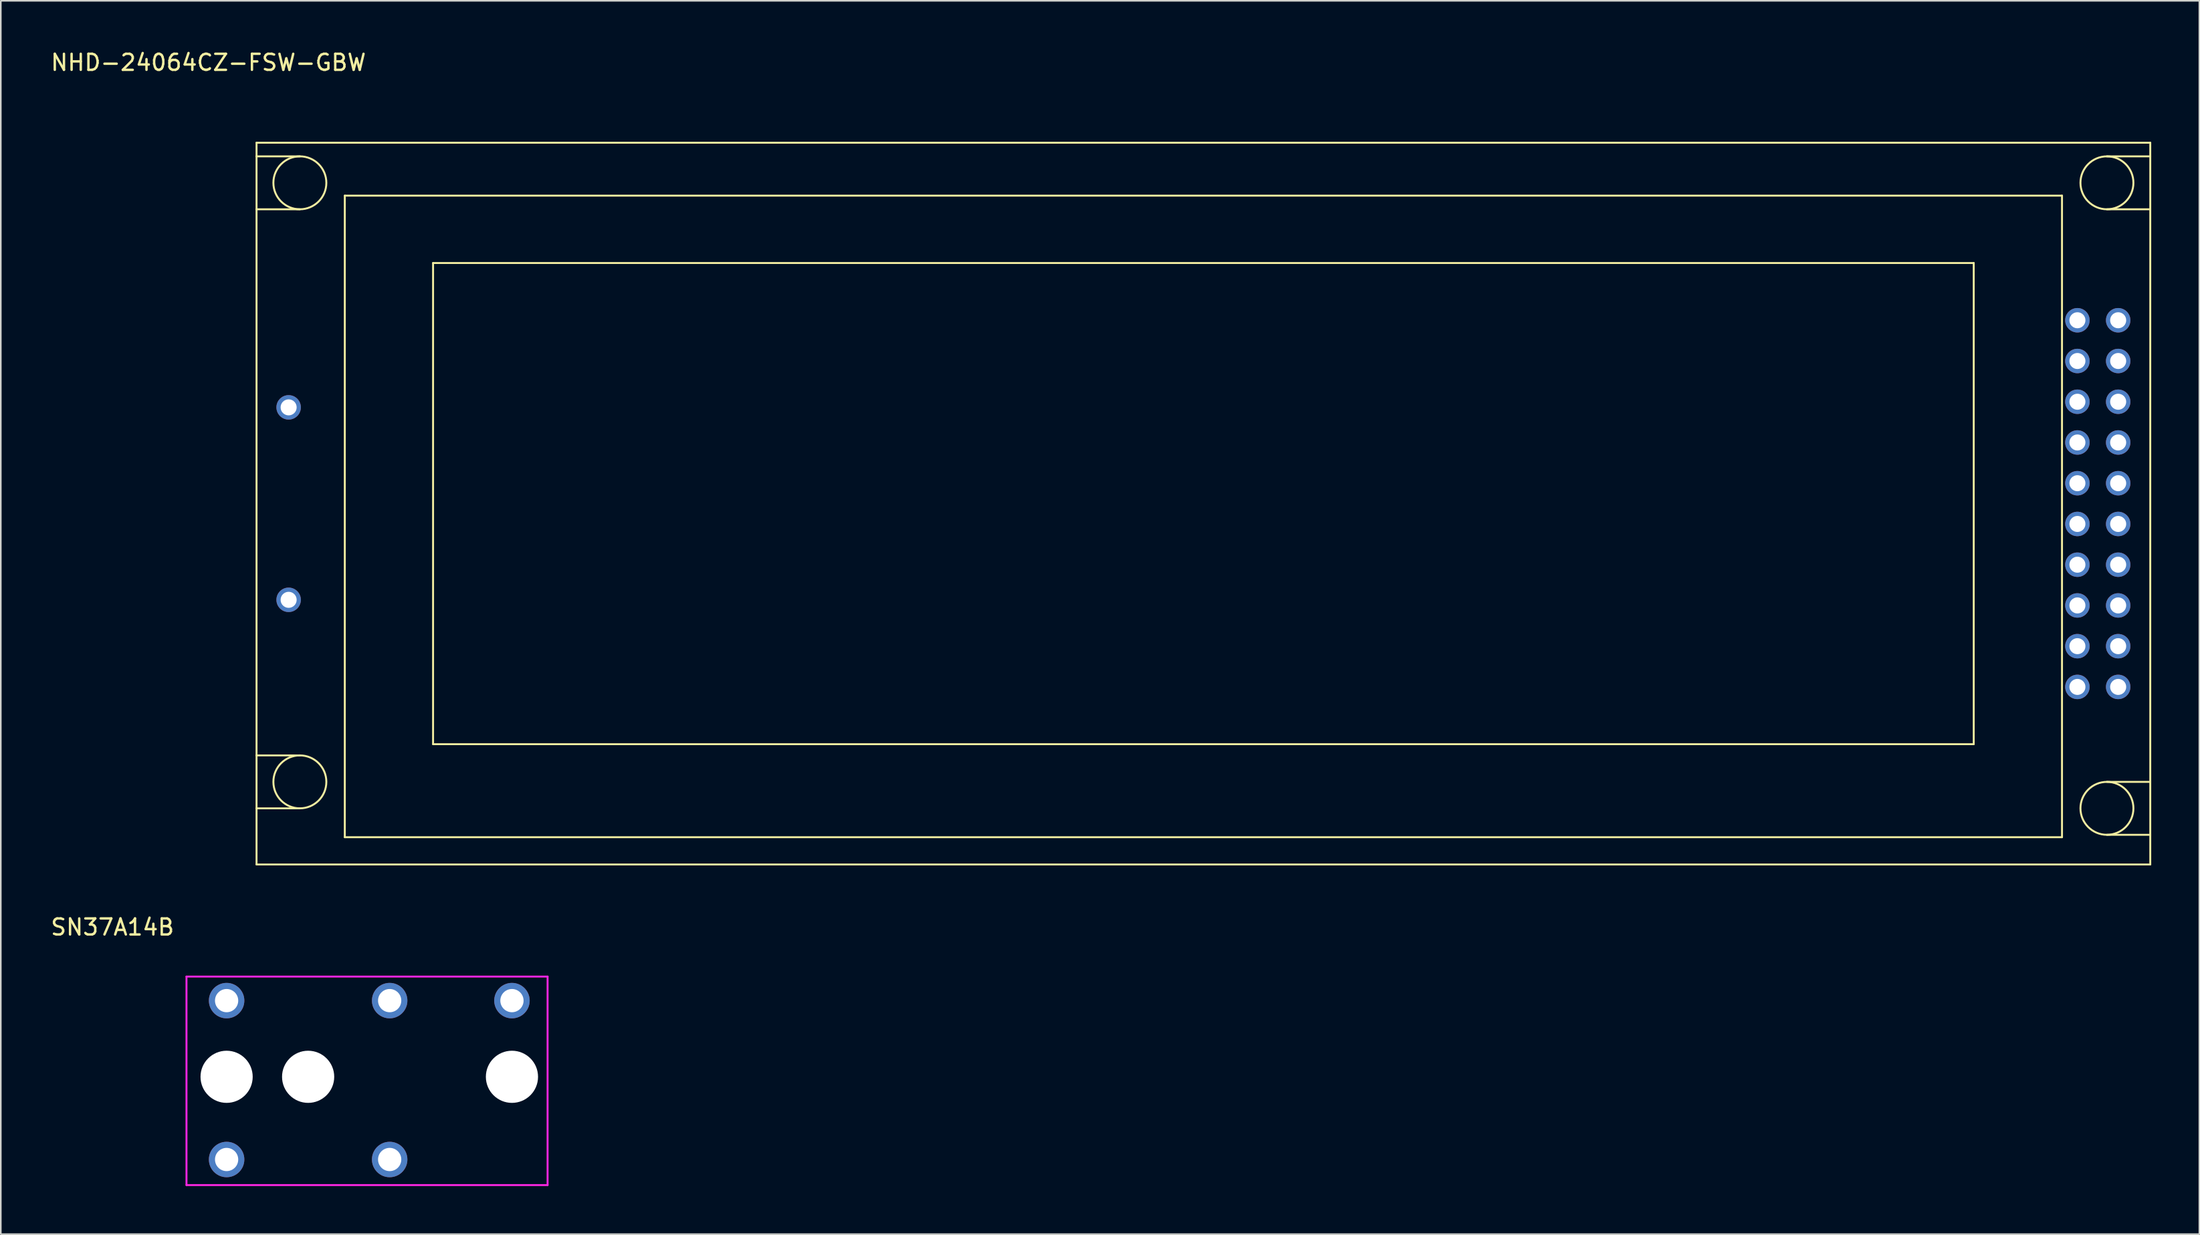
<source format=kicad_pcb>
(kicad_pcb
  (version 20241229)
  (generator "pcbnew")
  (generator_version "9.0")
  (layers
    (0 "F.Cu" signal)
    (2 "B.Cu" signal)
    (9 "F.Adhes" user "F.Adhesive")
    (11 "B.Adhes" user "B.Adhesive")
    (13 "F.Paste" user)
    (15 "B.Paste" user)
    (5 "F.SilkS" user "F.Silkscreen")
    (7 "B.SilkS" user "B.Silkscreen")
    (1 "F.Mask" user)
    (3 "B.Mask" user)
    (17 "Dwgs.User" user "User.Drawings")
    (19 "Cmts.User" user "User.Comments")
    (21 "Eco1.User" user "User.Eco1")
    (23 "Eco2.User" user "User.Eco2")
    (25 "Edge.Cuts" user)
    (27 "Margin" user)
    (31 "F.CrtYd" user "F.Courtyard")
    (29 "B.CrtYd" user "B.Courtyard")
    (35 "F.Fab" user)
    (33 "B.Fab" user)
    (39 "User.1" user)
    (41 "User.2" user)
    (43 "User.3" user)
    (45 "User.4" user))
  (footprint "NHD-24064CZ-FSW-GBW"
    (layer "F.Cu")
    (at 12.935 5.848)
    (property "Reference" "NHD-24064CZ-FSW-GBW" (at -3 -5 0) (layer "F.SilkS") (effects (font (size 1 1) (thickness 0.15))))
    (attr through_hole)
    (fp_line (start 0 0) (end 0 45) (stroke (width 0.12) (type solid)) (layer "F.SilkS"))
    (fp_line (start 0 0.85) (end 2.7 0.85) (stroke (width 0.12) (type solid)) (layer "F.SilkS"))
    (fp_line (start 0 4.15) (end 2.7 4.15) (stroke (width 0.12) (type solid)) (layer "F.SilkS"))
    (fp_line (start 0 38.2) (end 2.7 38.2) (stroke (width 0.12) (type solid)) (layer "F.SilkS"))
    (fp_line (start 0 41.5) (end 2.7 41.5) (stroke (width 0.12) (type solid)) (layer "F.SilkS"))
    (fp_line (start 0 45) (end 118 45) (stroke (width 0.12) (type solid)) (layer "F.SilkS"))
    (fp_line (start 5.5 3.3) (end 5.5 43.3) (stroke (width 0.12) (type solid)) (layer "F.SilkS"))
    (fp_line (start 5.5 43.3) (end 112.5 43.3) (stroke (width 0.12) (type solid)) (layer "F.SilkS"))
    (fp_line (start 11 7.5) (end 11 37.5) (stroke (width 0.12) (type solid)) (layer "F.SilkS"))
    (fp_line (start 11 37.5) (end 107 37.5) (stroke (width 0.12) (type solid)) (layer "F.SilkS"))
    (fp_line (start 107 7.5) (end 11 7.5) (stroke (width 0.12) (type solid)) (layer "F.SilkS"))
    (fp_line (start 107 37.5) (end 107 7.5) (stroke (width 0.12) (type solid)) (layer "F.SilkS"))
    (fp_line (start 112.5 3.3) (end 5.5 3.3) (stroke (width 0.12) (type solid)) (layer "F.SilkS"))
    (fp_line (start 112.5 43.3) (end 112.5 3.3) (stroke (width 0.12) (type solid)) (layer "F.SilkS"))
    (fp_line (start 118 0) (end 0 0) (stroke (width 0.12) (type solid)) (layer "F.SilkS"))
    (fp_line (start 118 0.85) (end 115.3 0.85) (stroke (width 0.12) (type solid)) (layer "F.SilkS"))
    (fp_line (start 118 4.15) (end 115.3 4.15) (stroke (width 0.12) (type solid)) (layer "F.SilkS"))
    (fp_line (start 118 39.85) (end 115.3 39.85) (stroke (width 0.12) (type solid)) (layer "F.SilkS"))
    (fp_line (start 118 43.15) (end 115.3 43.15) (stroke (width 0.12) (type solid)) (layer "F.SilkS"))
    (fp_line (start 118 45) (end 118 0) (stroke (width 0.12) (type solid)) (layer "F.SilkS"))
    (fp_circle (center 2.7 2.5) (end 4.35 2.5) (stroke (width 0.12) (type solid)) (fill no) (layer "F.SilkS"))
    (fp_circle (center 2.7 39.85) (end 4.35 39.85) (stroke (width 0.12) (type solid)) (fill no) (layer "F.SilkS"))
    (fp_circle (center 115.3 2.5) (end 113.65 2.5) (stroke (width 0.12) (type solid)) (fill no) (layer "F.SilkS"))
    (fp_circle (center 115.3 41.5) (end 113.65 41.5) (stroke (width 0.12) (type solid)) (fill no) (layer "F.SilkS"))
    (pad "" thru_hole circle (at 2 16.5) (size 1.524 1.524) (drill 1) (layers "*.Cu" "*.Mask"))
    (pad "" thru_hole circle (at 2 28.5) (size 1.524 1.524) (drill 1) (layers "*.Cu" "*.Mask"))
    (pad "1" thru_hole circle (at 113.46 11.07) (size 1.524 1.524) (drill 1) (layers "*.Cu" "*.Mask"))
    (pad "2" thru_hole circle (at 116 11.07) (size 1.524 1.524) (drill 1) (layers "*.Cu" "*.Mask"))
    (pad "3" thru_hole circle (at 113.46 13.61) (size 1.524 1.524) (drill 1) (layers "*.Cu" "*.Mask"))
    (pad "4" thru_hole circle (at 116 13.61) (size 1.524 1.524) (drill 1) (layers "*.Cu" "*.Mask"))
    (pad "5" thru_hole circle (at 113.46 16.15) (size 1.524 1.524) (drill 1) (layers "*.Cu" "*.Mask"))
    (pad "6" thru_hole circle (at 116 16.15) (size 1.524 1.524) (drill 1) (layers "*.Cu" "*.Mask"))
    (pad "7" thru_hole circle (at 113.46 18.69) (size 1.524 1.524) (drill 1) (layers "*.Cu" "*.Mask"))
    (pad "8" thru_hole circle (at 116 18.69) (size 1.524 1.524) (drill 1) (layers "*.Cu" "*.Mask"))
    (pad "9" thru_hole circle (at 113.46 21.23) (size 1.524 1.524) (drill 1) (layers "*.Cu" "*.Mask"))
    (pad "10" thru_hole circle (at 116 21.23) (size 1.524 1.524) (drill 1) (layers "*.Cu" "*.Mask"))
    (pad "11" thru_hole circle (at 113.46 23.77) (size 1.524 1.524) (drill 1) (layers "*.Cu" "*.Mask"))
    (pad "12" thru_hole circle (at 116 23.77) (size 1.524 1.524) (drill 1) (layers "*.Cu" "*.Mask"))
    (pad "13" thru_hole circle (at 113.46 26.31) (size 1.524 1.524) (drill 1) (layers "*.Cu" "*.Mask"))
    (pad "14" thru_hole circle (at 116 26.31) (size 1.524 1.524) (drill 1) (layers "*.Cu" "*.Mask"))
    (pad "15" thru_hole circle (at 113.46 28.85) (size 1.524 1.524) (drill 1) (layers "*.Cu" "*.Mask"))
    (pad "16" thru_hole circle (at 116 28.85) (size 1.524 1.524) (drill 1) (layers "*.Cu" "*.Mask"))
    (pad "17" thru_hole circle (at 113.46 31.39) (size 1.524 1.524) (drill 1) (layers "*.Cu" "*.Mask"))
    (pad "18" thru_hole circle (at 116 31.39) (size 1.524 1.524) (drill 1) (layers "*.Cu" "*.Mask"))
    (pad "19" thru_hole circle (at 113.46 33.93) (size 1.524 1.524) (drill 1) (layers "*.Cu" "*.Mask"))
    (pad "20" thru_hole circle (at 116 33.93) (size 1.524 1.524) (drill 1) (layers "*.Cu" "*.Mask")))
  (footprint "SN37A14B"
    (layer "F.Cu")
    (at 11.07 59.337)
    (property "Reference" "SN37A14B" (at -7.112 -4.58 0) (layer "F.SilkS") (effects (font (size 1 1) (thickness 0.15))))
    (attr through_hole)
    (fp_line (start -2.5 -1.5) (end -2.5 11.5) (stroke (width 0.12) (type solid)) (layer "F.CrtYd"))
    (fp_line (start -2.5 11.5) (end 20 11.5) (stroke (width 0.12) (type solid)) (layer "F.CrtYd"))
    (fp_line (start 20 -1.5) (end -2.5 -1.5) (stroke (width 0.12) (type solid)) (layer "F.CrtYd"))
    (fp_line (start 20 11.5) (end 20 -1.5) (stroke (width 0.12) (type solid)) (layer "F.CrtYd"))
    (pad "" np_thru_hole circle (at 0 4.75) (size 3.251 3.251) (drill 3.251) (layers "*.Cu" "*.Mask"))
    (pad "" np_thru_hole circle (at 5.08 4.75) (size 3.251 3.251) (drill 3.251) (layers "*.Cu" "*.Mask"))
    (pad "" np_thru_hole circle (at 17.78 4.75) (size 3.251 3.251) (drill 3.251) (layers "*.Cu" "*.Mask"))
    (pad "R" thru_hole circle (at 10.16 0) (size 2.21 2.21) (drill 1.448) (layers "*.Cu" "*.Mask"))
    (pad "RN" thru_hole circle (at 10.16 9.906) (size 2.21 2.21) (drill 1.448) (layers "*.Cu" "*.Mask"))
    (pad "S" thru_hole circle (at 17.78 0 90) (size 2.21 2.21) (drill 1.448) (layers "*.Cu" "*.Mask"))
    (pad "T" thru_hole circle (at 0 0) (size 2.21 2.21) (drill 1.448) (layers "*.Cu" "*.Mask"))
    (pad "TN" thru_hole circle (at 0 9.906) (size 2.21 2.21) (drill 1.448) (layers "*.Cu" "*.Mask")))
  (gr_rect
    (start -3 -3)
    (end 133.995 73.897)
    (stroke (width 0.1) (type default))
    (fill no)
    (layer "Edge.Cuts")))
</source>
